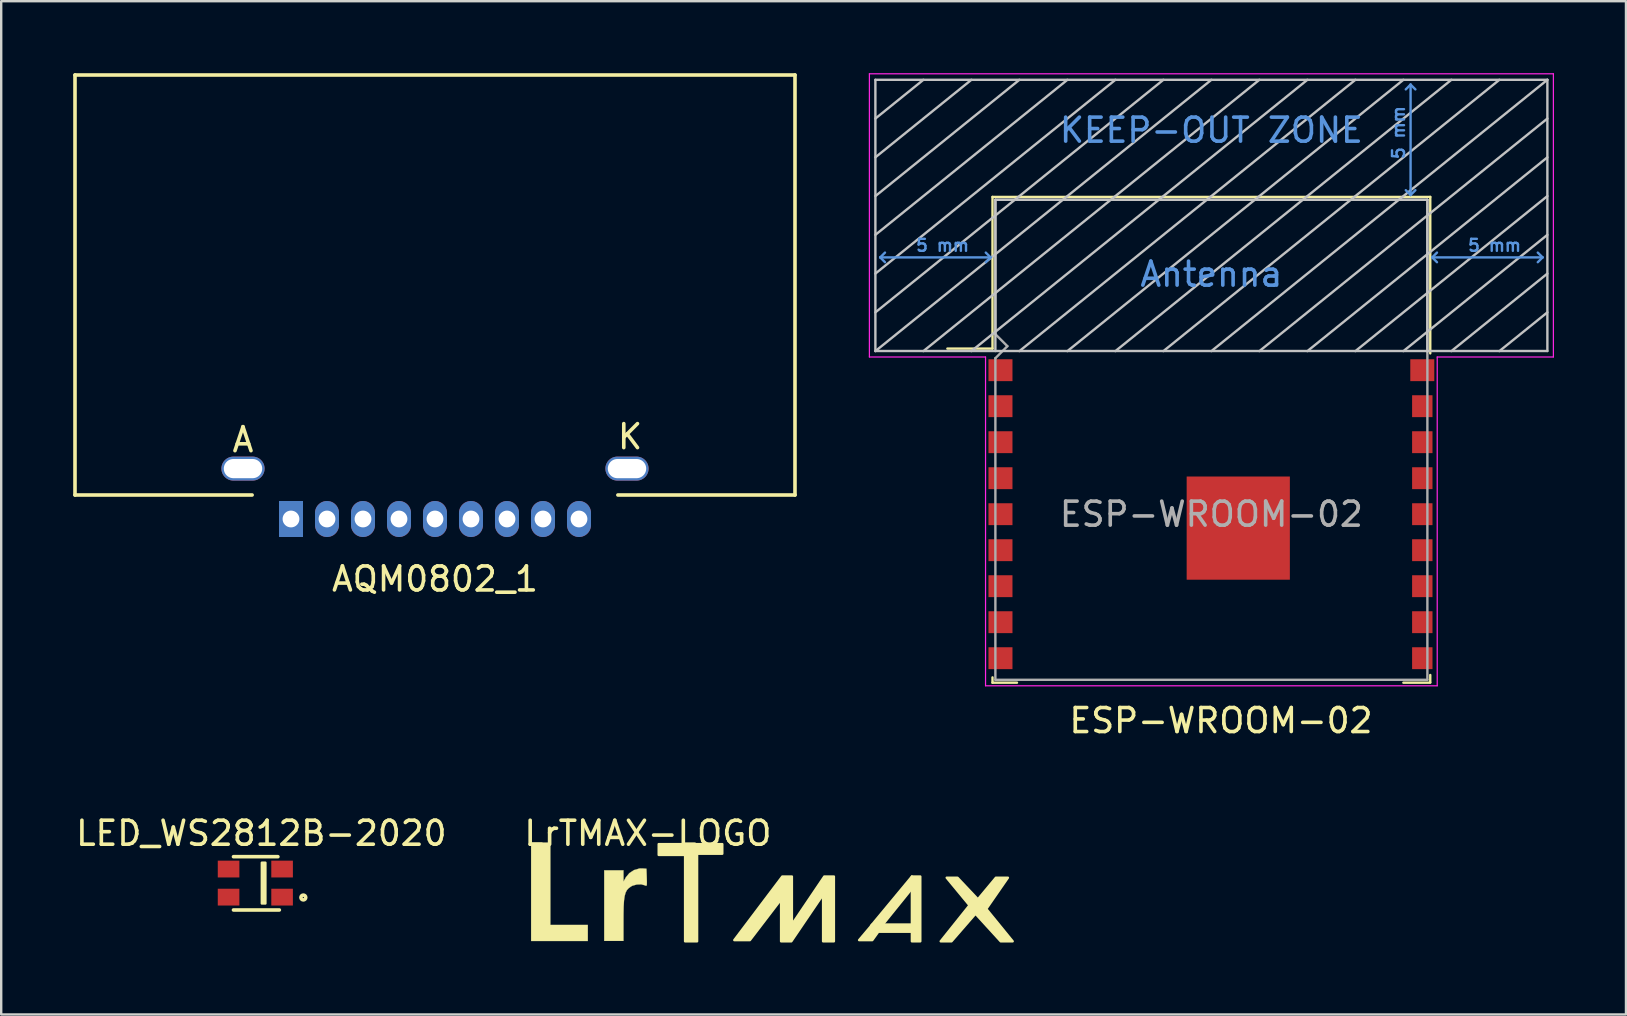
<source format=kicad_pcb>
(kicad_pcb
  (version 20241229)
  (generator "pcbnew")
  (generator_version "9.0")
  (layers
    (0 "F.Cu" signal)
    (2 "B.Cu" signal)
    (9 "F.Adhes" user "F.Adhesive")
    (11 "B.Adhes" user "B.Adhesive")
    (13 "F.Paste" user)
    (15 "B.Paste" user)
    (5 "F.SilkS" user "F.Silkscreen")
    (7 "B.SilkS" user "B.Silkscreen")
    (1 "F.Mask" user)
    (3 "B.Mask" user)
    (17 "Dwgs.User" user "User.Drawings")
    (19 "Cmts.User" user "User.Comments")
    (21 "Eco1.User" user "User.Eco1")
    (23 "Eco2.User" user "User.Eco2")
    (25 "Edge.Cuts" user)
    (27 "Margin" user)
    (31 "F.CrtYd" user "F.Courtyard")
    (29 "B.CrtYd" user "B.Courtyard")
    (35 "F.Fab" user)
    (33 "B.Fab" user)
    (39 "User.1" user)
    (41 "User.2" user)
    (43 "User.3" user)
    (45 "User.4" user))
  (footprint "LED_WS2812B-2020"
    (layer "F.Cu")
    (at 7.589 33.746)
    (property "Reference" "LED_WS2812B-2020" (at 0.25 -2.075 0) (layer "F.SilkS") (effects (font (size 1 1) (thickness 0.15))))
    (attr through_hole)
    (fp_line (start -0.91 -1.1) (end 0.94 -1.1) (stroke (width 0.15) (type solid)) (layer "F.SilkS"))
    (fp_line (start -0.91 1.12) (end 1 1.12) (stroke (width 0.15) (type solid)) (layer "F.SilkS"))
    (fp_circle (center 2 0.6) (end 2.1 0.6) (stroke (width 0.15) (type solid)) (fill no) (layer "F.SilkS"))
    (fp_poly (pts (xy 0.27 -0.85) (xy 0.27 0.85) (xy 0.42 0.85) (xy 0.42 -0.85)) (stroke (width 0.1) (type solid)) (fill yes) (layer "F.SilkS"))
    (pad "1" smd rect (at 0.915 0.585) (size 0.9 0.7) (drill (offset 0.2 0)) (layers "F.Cu" "F.Mask" "F.Paste"))
    (pad "2" smd rect (at 0.915 -0.585) (size 0.9 0.7) (drill (offset 0.2 0)) (layers "F.Cu" "F.Mask" "F.Paste"))
    (pad "3" smd rect (at -0.915 -0.585) (size 0.9 0.7) (drill (offset -0.2 0)) (layers "F.Cu" "F.Mask" "F.Paste"))
    (pad "4" smd rect (at -0.915 0.585) (size 0.9 0.7) (drill (offset -0.2 0)) (layers "F.Cu" "F.Mask" "F.Paste")))
  (footprint "LrTMAX-LOGO"
    (layer "F.Cu")
    (at 23.946 31.172)
    (property "Reference" "LrTMAX-LOGO" (at 0 0.5 0) (layer "F.SilkS") (effects (font (size 1 1) (thickness 0.15))))
    (attr through_hole)
    (fp_poly (pts (xy 11 2.8) (xy 9.75 4.35) (xy 9.3 4.35) (xy 11 2.3)) (stroke (width 0.1) (type solid)) (fill yes) (layer "F.SilkS"))
    (fp_poly (pts (xy -4.064 4.318) (xy -2.504 4.318) (xy -2.504 4.986) (xy -4.866 4.986) (xy -4.866 0.887) (xy -4.064 0.887) (xy -4.064 4.318)) (stroke (width 0.01) (type solid)) (fill yes) (layer "F.SilkS"))
    (fp_poly (pts (xy 3.1 1.35) (xy 2.05 1.35) (xy 2.05 5) (xy 1.55 5) (xy 1.55 1.4) (xy 0.45 1.4) (xy 0.45 0.95) (xy 3.1 0.95)) (stroke (width 0.1) (type solid)) (fill yes) (layer "F.SilkS"))
    (fp_poly (pts (xy 11.35 5) (xy 11 5) (xy 11 4.6) (xy 9.6 4.6) (xy 9.35 4.95) (xy 8.8 4.95) (xy 9.35 4.3) (xy 11 4.3) (xy 11 2.3) (xy 11.35 2.3)) (stroke (width 0.1) (type solid)) (fill yes) (layer "F.SilkS"))
    (fp_poly (pts (xy 13.75 3.25) (xy 14.5 2.35) (xy 15 2.35) (xy 14.1 3.65) (xy 15.2 5) (xy 14.7 5) (xy 13.65 3.85) (xy 12.65 5) (xy 12.2 5) (xy 13.4 3.5) (xy 12.45 2.35) (xy 12.9 2.35)) (stroke (width 0.1) (type solid)) (fill yes) (layer "F.SilkS"))
    (fp_poly (pts (xy 6 4.3) (xy 7.35 2.3) (xy 7.75 2.3) (xy 7.75 5) (xy 7.3 5) (xy 7.3 3.05) (xy 5.977 5) (xy 5.55 5) (xy 5.55 3.25) (xy 4.25 4.95) (xy 3.6 4.95) (xy 5.6 2.3) (xy 6 2.3)) (stroke (width 0.1) (type solid)) (fill yes) (layer "F.SilkS"))
    (fp_poly (pts (xy -0.06 1.975) (xy -0.047 2.345) (xy -0.042 2.525) (xy -0.044 2.632) (xy -0.057 2.68) (xy -0.085 2.685) (xy -0.122 2.668) (xy -0.278 2.626) (xy -0.466 2.633) (xy -0.646 2.684) (xy -0.697 2.712) (xy -0.796 2.781) (xy -0.872 2.863) (xy -0.928 2.97) (xy -0.968 3.112) (xy -0.995 3.302) (xy -1.01 3.551) (xy -1.016 3.872) (xy -1.017 4.081) (xy -1.018 4.983) (xy -1.82 4.983) (xy -1.82 2.042) (xy -1.018 2.042) (xy -1.016 2.51) (xy -0.917 2.332) (xy -0.773 2.158) (xy -0.576 2.031) (xy -0.354 1.966) (xy -0.238 1.963) (xy -0.06 1.975)) (stroke (width 0.01) (type solid)) (fill yes) (layer "F.SilkS")))
  (footprint "ESP-WROOM-02"
    (layer "F.Cu")
    (at 47.425 18.375)
    (property "Reference" "ESP-WROOM-02" (at 0.4 8.6 180) (layer "F.SilkS") (effects (font (size 1 1) (thickness 0.15))))
    (attr smd)
    (fp_line (start -9.12 -13.22) (end -9.12 -6.9) (stroke (width 0.1) (type solid)) (layer "F.SilkS"))
    (fp_line (start -9.12 -13.22) (end 9.12 -13.22) (stroke (width 0.1) (type solid)) (layer "F.SilkS"))
    (fp_line (start -9.12 -6.9) (end -11 -6.9) (stroke (width 0.1) (type solid)) (layer "F.SilkS"))
    (fp_line (start -9.12 6.8) (end -9.12 7.02) (stroke (width 0.1) (type solid)) (layer "F.SilkS"))
    (fp_line (start -9.12 7.02) (end -8.1 7.02) (stroke (width 0.1) (type solid)) (layer "F.SilkS"))
    (fp_line (start 8 7.02) (end 9.12 7.02) (stroke (width 0.1) (type solid)) (layer "F.SilkS"))
    (fp_line (start 9.12 -13.22) (end 9.12 -6.7) (stroke (width 0.1) (type solid)) (layer "F.SilkS"))
    (fp_line (start 9.12 6.7) (end 9.12 7) (stroke (width 0.1) (type solid)) (layer "F.SilkS"))
    (fp_line (start -14 -6.8) (end -14 -18.1) (stroke (width 0.1) (type solid)) (layer "Dwgs.User"))
    (fp_line (start -12 -18.1) (end -14 -16.485) (stroke (width 0.1) (type solid)) (layer "Dwgs.User"))
    (fp_line (start -10 -18.1) (end -14 -14.87) (stroke (width 0.1) (type solid)) (layer "Dwgs.User"))
    (fp_line (start -9 -13.1) (end 9 -13.1) (stroke (width 0.1) (type solid)) (layer "Dwgs.User"))
    (fp_line (start -9 -6.8) (end -9 -13.1) (stroke (width 0.1) (type solid)) (layer "Dwgs.User"))
    (fp_line (start -8 -18.1) (end -14 -13.255) (stroke (width 0.1) (type solid)) (layer "Dwgs.User"))
    (fp_line (start -8 -6.795) (end 6 -18.1) (stroke (width 0.1) (type solid)) (layer "Dwgs.User"))
    (fp_line (start -6 -18.1) (end -14 -11.64) (stroke (width 0.1) (type solid)) (layer "Dwgs.User"))
    (fp_line (start -4 -18.1) (end -14 -10.025) (stroke (width 0.1) (type solid)) (layer "Dwgs.User"))
    (fp_line (start -2 -18.1) (end -14 -8.41) (stroke (width 0.1) (type solid)) (layer "Dwgs.User"))
    (fp_line (start 0 -18.1) (end -14 -6.795) (stroke (width 0.1) (type solid)) (layer "Dwgs.User"))
    (fp_line (start 2 -18.1) (end -12 -6.795) (stroke (width 0.1) (type solid)) (layer "Dwgs.User"))
    (fp_line (start 4 -18.1) (end -10 -6.795) (stroke (width 0.1) (type solid)) (layer "Dwgs.User"))
    (fp_line (start 8 -18.1) (end -6 -6.795) (stroke (width 0.1) (type solid)) (layer "Dwgs.User"))
    (fp_line (start 9 -13.1) (end 9 -6.78) (stroke (width 0.1) (type solid)) (layer "Dwgs.User"))
    (fp_line (start 10 -18.1) (end -4 -6.795) (stroke (width 0.1) (type solid)) (layer "Dwgs.User"))
    (fp_line (start 12 -18.1) (end -2 -6.795) (stroke (width 0.1) (type solid)) (layer "Dwgs.User"))
    (fp_line (start 14 -18.1) (end -14 -18.1) (stroke (width 0.1) (type solid)) (layer "Dwgs.User"))
    (fp_line (start 14 -18.1) (end 0 -6.795) (stroke (width 0.1) (type solid)) (layer "Dwgs.User"))
    (fp_line (start 14 -16.485) (end 2 -6.795) (stroke (width 0.1) (type solid)) (layer "Dwgs.User"))
    (fp_line (start 14 -14.87) (end 4 -6.795) (stroke (width 0.1) (type solid)) (layer "Dwgs.User"))
    (fp_line (start 14 -13.255) (end 6 -6.795) (stroke (width 0.1) (type solid)) (layer "Dwgs.User"))
    (fp_line (start 14 -11.64) (end 8 -6.795) (stroke (width 0.1) (type solid)) (layer "Dwgs.User"))
    (fp_line (start 14 -10.025) (end 10 -6.795) (stroke (width 0.1) (type solid)) (layer "Dwgs.User"))
    (fp_line (start 14 -8.41) (end 12 -6.795) (stroke (width 0.1) (type solid)) (layer "Dwgs.User"))
    (fp_line (start 14 -6.8) (end -14 -6.8) (stroke (width 0.1) (type solid)) (layer "Dwgs.User"))
    (fp_line (start 14 -6.8) (end 14 -18.1) (stroke (width 0.1) (type solid)) (layer "Dwgs.User"))
    (fp_line (start -13.8 -10.7) (end -13.6 -10.9) (stroke (width 0.1) (type solid)) (layer "Cmts.User"))
    (fp_line (start -13.8 -10.7) (end -13.6 -10.5) (stroke (width 0.1) (type solid)) (layer "Cmts.User"))
    (fp_line (start -13.8 -10.7) (end -9.2 -10.7) (stroke (width 0.1) (type solid)) (layer "Cmts.User"))
    (fp_line (start -9.2 -10.7) (end -9.4 -10.9) (stroke (width 0.1) (type solid)) (layer "Cmts.User"))
    (fp_line (start -9.2 -10.7) (end -9.4 -10.5) (stroke (width 0.1) (type solid)) (layer "Cmts.User"))
    (fp_line (start 8.3 -17.9) (end 8.1 -17.7) (stroke (width 0.1) (type solid)) (layer "Cmts.User"))
    (fp_line (start 8.3 -17.9) (end 8.5 -17.7) (stroke (width 0.1) (type solid)) (layer "Cmts.User"))
    (fp_line (start 8.3 -13.3) (end 8.1 -13.5) (stroke (width 0.1) (type solid)) (layer "Cmts.User"))
    (fp_line (start 8.3 -13.3) (end 8.3 -17.9) (stroke (width 0.1) (type solid)) (layer "Cmts.User"))
    (fp_line (start 8.3 -13.3) (end 8.5 -13.5) (stroke (width 0.1) (type solid)) (layer "Cmts.User"))
    (fp_line (start 9.2 -10.7) (end 9.4 -10.9) (stroke (width 0.1) (type solid)) (layer "Cmts.User"))
    (fp_line (start 9.2 -10.7) (end 9.4 -10.5) (stroke (width 0.1) (type solid)) (layer "Cmts.User"))
    (fp_line (start 9.2 -10.7) (end 13.8 -10.7) (stroke (width 0.1) (type solid)) (layer "Cmts.User"))
    (fp_line (start 13.8 -10.7) (end 13.6 -10.9) (stroke (width 0.1) (type solid)) (layer "Cmts.User"))
    (fp_line (start 13.8 -10.7) (end 13.6 -10.5) (stroke (width 0.1) (type solid)) (layer "Cmts.User"))
    (fp_line (start -14.25 -18.35) (end -14.25 -6.55) (stroke (width 0.05) (type solid)) (layer "F.CrtYd"))
    (fp_line (start -14.25 -18.35) (end 14.25 -18.35) (stroke (width 0.05) (type solid)) (layer "F.CrtYd"))
    (fp_line (start -14.25 -6.55) (end -9.41 -6.55) (stroke (width 0.05) (type solid)) (layer "F.CrtYd"))
    (fp_line (start -9.41 7.15) (end -9.41 -6.55) (stroke (width 0.05) (type solid)) (layer "F.CrtYd"))
    (fp_line (start -9.41 7.15) (end 9.41 7.15) (stroke (width 0.05) (type solid)) (layer "F.CrtYd"))
    (fp_line (start 9.41 -6.55) (end 9.41 7.15) (stroke (width 0.05) (type solid)) (layer "F.CrtYd"))
    (fp_line (start 9.41 -6.55) (end 14.25 -6.55) (stroke (width 0.05) (type solid)) (layer "F.CrtYd"))
    (fp_line (start 14.25 -18.35) (end 14.25 -6.55) (stroke (width 0.05) (type solid)) (layer "F.CrtYd"))
    (fp_line (start -9 -13.1) (end -9 -7.5) (stroke (width 0.1) (type solid)) (layer "F.Fab"))
    (fp_line (start -9 -13.1) (end 9 -13.1) (stroke (width 0.1) (type solid)) (layer "F.Fab"))
    (fp_line (start -9 -7.5) (end -8.5 -7) (stroke (width 0.1) (type solid)) (layer "F.Fab"))
    (fp_line (start -9 -6.5) (end -9 6.9) (stroke (width 0.1) (type solid)) (layer "F.Fab"))
    (fp_line (start -9 6.9) (end 9 6.9) (stroke (width 0.1) (type solid)) (layer "F.Fab"))
    (fp_line (start -8.5 -7) (end -9 -6.5) (stroke (width 0.1) (type solid)) (layer "F.Fab"))
    (fp_line (start 9 6.9) (end 9 -13.1) (stroke (width 0.1) (type solid)) (layer "F.Fab"))
    (fp_text user "5 mm" (at -11.2 -11.2 0) (layer "Cmts.User") (effects (font (size 0.5 0.5) (thickness 0.1))))
    (fp_text user "5 mm" (at 11.8 -11.2 0) (layer "Cmts.User") (effects (font (size 0.5 0.5) (thickness 0.1))))
    (fp_text user "KEEP-OUT ZONE" (at 0 -16 0) (layer "Cmts.User") (effects (font (size 1 1) (thickness 0.15))))
    (fp_text user "5 mm" (at 7.8 -15.9 90) (layer "Cmts.User") (effects (font (size 0.5 0.5) (thickness 0.1))))
    (fp_text user "Antenna" (at 0 -10 0) (layer "Cmts.User") (effects (font (size 1 1) (thickness 0.15))))
    (fp_text user "${REFERENCE}" (at 0 0 0) (layer "F.Fab") (effects (font (size 1 1) (thickness 0.15))))
    (pad "1" smd rect (at -8.738 -6) (size 1 0.912) (drill (offset -0.05 0)) (layers "F.Cu" "F.Mask" "F.Paste"))
    (pad "2" smd rect (at -8.738 -4.5) (size 1 0.912) (drill (offset -0.05 0)) (layers "F.Cu" "F.Mask" "F.Paste"))
    (pad "3" smd rect (at -8.738 -3) (size 1 0.912) (drill (offset -0.05 0)) (layers "F.Cu" "F.Mask" "F.Paste"))
    (pad "4" smd rect (at -8.738 -1.5) (size 1 0.912) (drill (offset -0.05 0)) (layers "F.Cu" "F.Mask" "F.Paste"))
    (pad "5" smd rect (at -8.738 0) (size 1 0.912) (drill (offset -0.05 0)) (layers "F.Cu" "F.Mask" "F.Paste"))
    (pad "6" smd rect (at -8.738 1.5) (size 1 0.912) (drill (offset -0.05 0)) (layers "F.Cu" "F.Mask" "F.Paste"))
    (pad "7" smd rect (at -8.738 3) (size 1 0.912) (drill (offset -0.05 0)) (layers "F.Cu" "F.Mask" "F.Paste"))
    (pad "8" smd rect (at -8.738 4.5) (size 1 0.912) (drill (offset -0.05 0)) (layers "F.Cu" "F.Mask" "F.Paste"))
    (pad "9" smd rect (at -8.738 6) (size 1 0.912) (drill (offset -0.05 0)) (layers "F.Cu" "F.Mask" "F.Paste"))
    (pad "10" smd rect (at 8.738 6) (size 0.85 0.912) (drill (offset 0.05 0)) (layers "F.Cu" "F.Mask" "F.Paste"))
    (pad "11" smd rect (at 8.738 4.5) (size 0.85 0.912) (drill (offset 0.05 0)) (layers "F.Cu" "F.Mask" "F.Paste"))
    (pad "12" smd rect (at 8.738 3) (size 0.85 0.912) (drill (offset 0.05 0)) (layers "F.Cu" "F.Mask" "F.Paste"))
    (pad "13" smd rect (at 8.738 1.5) (size 0.85 0.912) (drill (offset 0.05 0)) (layers "F.Cu" "F.Mask" "F.Paste"))
    (pad "14" smd rect (at 8.738 0) (size 0.85 0.912) (drill (offset 0.05 0)) (layers "F.Cu" "F.Mask" "F.Paste"))
    (pad "15" smd rect (at 8.738 -1.5) (size 0.85 0.912) (drill (offset 0.05 0)) (layers "F.Cu" "F.Mask" "F.Paste"))
    (pad "16" smd rect (at 8.738 -3) (size 0.85 0.912) (drill (offset 0.05 0)) (layers "F.Cu" "F.Mask" "F.Paste"))
    (pad "17" smd rect (at 8.738 -4.5) (size 0.85 0.912) (drill (offset 0.05 0)) (layers "F.Cu" "F.Mask" "F.Paste"))
    (pad "18" smd rect (at 8.738 -6) (size 1 0.912) (drill (offset 0.05 0)) (layers "F.Cu" "F.Mask" "F.Paste"))
    (pad "19" smd rect (at 1.12 0.58) (size 4.3 4.3) (layers "F.Cu" "F.Mask" "F.Paste")))
  (footprint "AQM0802_1"
    (layer "F.Cu")
    (at 15.075 18.575)
    (property "Reference" "AQM0802_1" (at 0 2.5 0) (layer "F.SilkS") (effects (font (size 1 1) (thickness 0.15))))
    (attr through_hole)
    (fp_line (start -15 -18.5) (end 15 -18.5) (stroke (width 0.15) (type solid)) (layer "F.SilkS"))
    (fp_line (start -15 -1) (end -15 -18.5) (stroke (width 0.15) (type solid)) (layer "F.SilkS"))
    (fp_line (start -7.62 -1) (end -15 -1) (stroke (width 0.15) (type solid)) (layer "F.SilkS"))
    (fp_line (start 7.62 -1) (end 15 -1) (stroke (width 0.15) (type solid)) (layer "F.SilkS"))
    (fp_line (start 15 -18.5) (end 15 -1) (stroke (width 0.15) (type solid)) (layer "F.SilkS"))
    (fp_text user "K" (at 8.128 -3.429 0) (layer "F.SilkS") (effects (font (size 1 1) (thickness 0.15))))
    (fp_text user "A" (at -8.001 -3.302 0) (layer "F.SilkS") (effects (font (size 1 1) (thickness 0.15))))
    (pad "1" thru_hole rect (at -6 0) (size 1 1.5) (drill 0.7) (layers "*.Cu" "*.Mask"))
    (pad "2" thru_hole oval (at -4.5 0) (size 1 1.5) (drill 0.7) (layers "*.Cu" "*.Mask"))
    (pad "3" thru_hole oval (at -3 0) (size 1 1.5) (drill 0.7) (layers "*.Cu" "*.Mask"))
    (pad "4" thru_hole oval (at -1.5 0) (size 1 1.5) (drill 0.7) (layers "*.Cu" "*.Mask"))
    (pad "5" thru_hole oval (at 0 0) (size 1 1.5) (drill 0.7) (layers "*.Cu" "*.Mask"))
    (pad "6" thru_hole oval (at 1.5 0) (size 1 1.5) (drill 0.7) (layers "*.Cu" "*.Mask"))
    (pad "7" thru_hole oval (at 3 0) (size 1 1.5) (drill 0.7) (layers "*.Cu" "*.Mask"))
    (pad "8" thru_hole oval (at 4.5 0) (size 1 1.5) (drill 0.7) (layers "*.Cu" "*.Mask"))
    (pad "9" thru_hole oval (at 6 0) (size 1 1.5) (drill 0.7) (layers "*.Cu" "*.Mask"))
    (pad "10" thru_hole oval (at -8 -2.1) (size 1.8 1) (drill oval 1.6 0.8) (layers "*.Cu" "*.Mask"))
    (pad "11" thru_hole oval (at 8 -2.1) (size 1.8 1) (drill oval 1.6 0.8) (layers "*.Cu" "*.Mask")))
  (gr_rect
    (start -3 -3)
    (end 64.7 39.221)
    (stroke (width 0.1) (type default))
    (fill no)
    (layer "Edge.Cuts")))
</source>
